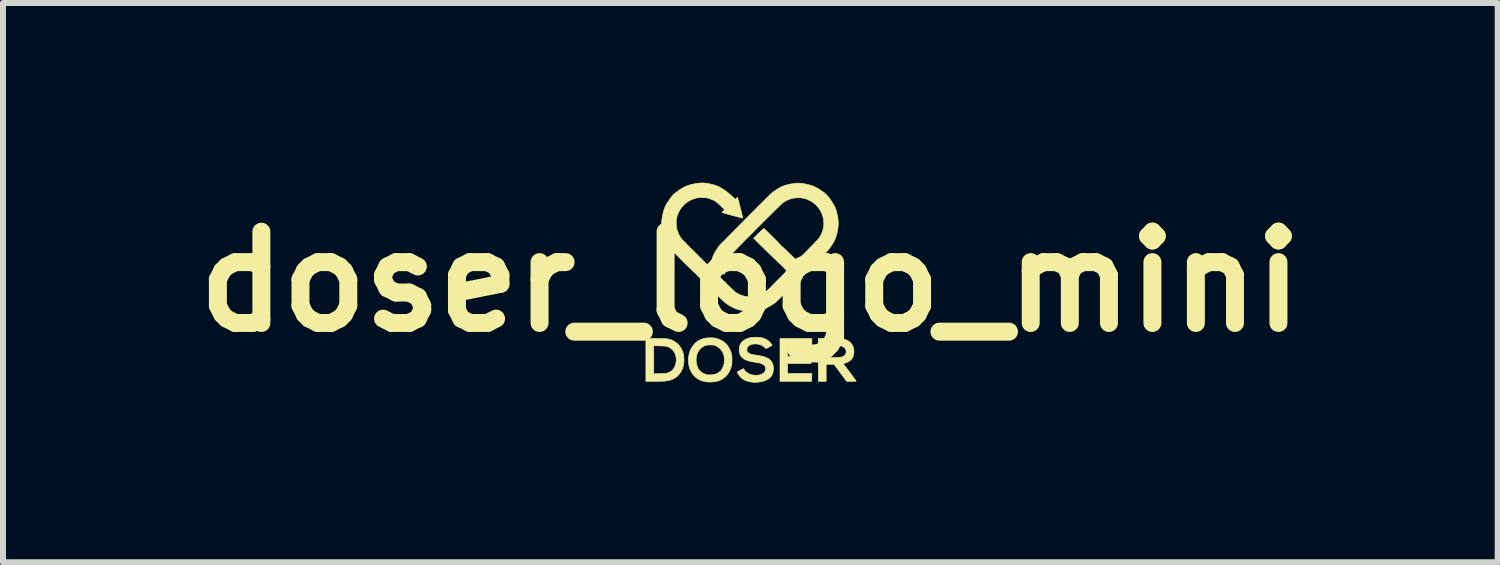
<source format=kicad_pcb>
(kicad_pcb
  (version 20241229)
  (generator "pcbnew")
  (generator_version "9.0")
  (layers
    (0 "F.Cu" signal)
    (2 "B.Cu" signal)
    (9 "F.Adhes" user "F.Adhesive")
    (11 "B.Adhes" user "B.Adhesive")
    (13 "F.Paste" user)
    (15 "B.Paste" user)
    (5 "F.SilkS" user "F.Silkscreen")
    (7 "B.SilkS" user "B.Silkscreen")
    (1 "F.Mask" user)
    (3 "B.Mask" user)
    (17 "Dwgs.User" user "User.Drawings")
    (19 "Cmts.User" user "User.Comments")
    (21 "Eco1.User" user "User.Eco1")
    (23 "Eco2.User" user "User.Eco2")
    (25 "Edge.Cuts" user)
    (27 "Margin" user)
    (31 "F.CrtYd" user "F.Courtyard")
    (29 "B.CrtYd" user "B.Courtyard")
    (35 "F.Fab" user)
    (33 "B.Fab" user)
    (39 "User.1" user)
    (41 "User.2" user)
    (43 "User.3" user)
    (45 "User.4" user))
  (footprint "doser_logo_mini"
    (layer "F.Cu")
    (at 9.478 1.653)
    (property "Reference" "doser_logo_mini" (at 0 0 0) (layer "F.SilkS") (effects (font (size 1.524 1.524) (thickness 0.3))))
    (attr through_hole)
    (fp_poly (pts (xy 0.525 -0.273) (xy 0.523 -0.271) (xy 0.521 -0.273) (xy 0.523 -0.275) (xy 0.525 -0.273)) (stroke (width 0.01) (type solid)) (fill yes) (layer "F.SilkS"))
    (fp_poly (pts (xy 1.027 1.075) (xy 0.622 1.075) (xy 0.622 1.245) (xy 1.012 1.245) (xy 1.012 1.367) (xy 0.622 1.367) (xy 0.622 1.532) (xy 1.027 1.532) (xy 1.025 1.598) (xy 1.024 1.664) (xy 0.495 1.664) (xy 0.495 0.948) (xy 1.027 0.948) (xy 1.027 1.075)) (stroke (width 0.01) (type solid)) (fill yes) (layer "F.SilkS"))
    (fp_poly (pts (xy -1.589 0.948) (xy -1.537 0.949) (xy -1.494 0.949) (xy -1.457 0.95) (xy -1.425 0.952) (xy -1.399 0.954) (xy -1.376 0.957) (xy -1.355 0.961) (xy -1.336 0.967) (xy -1.319 0.973) (xy -1.301 0.981) (xy -1.289 0.986) (xy -1.245 1.012) (xy -1.207 1.044) (xy -1.175 1.082) (xy -1.148 1.127) (xy -1.127 1.177) (xy -1.119 1.205) (xy -1.111 1.249) (xy -1.108 1.296) (xy -1.109 1.344) (xy -1.115 1.39) (xy -1.119 1.407) (xy -1.137 1.46) (xy -1.16 1.507) (xy -1.19 1.548) (xy -1.225 1.583) (xy -1.266 1.612) (xy -1.312 1.635) (xy -1.364 1.65) (xy -1.421 1.659) (xy -1.435 1.66) (xy -1.457 1.661) (xy -1.484 1.662) (xy -1.516 1.663) (xy -1.551 1.663) (xy -1.586 1.664) (xy -1.603 1.664) (xy -1.744 1.664) (xy -1.744 1.538) (xy -1.613 1.538) (xy -1.512 1.536) (xy -1.479 1.535) (xy -1.454 1.534) (xy -1.434 1.533) (xy -1.418 1.532) (xy -1.406 1.53) (xy -1.396 1.528) (xy -1.386 1.525) (xy -1.384 1.525) (xy -1.365 1.517) (xy -1.345 1.507) (xy -1.333 1.5) (xy -1.32 1.492) (xy -1.31 1.486) (xy -1.305 1.485) (xy -1.301 1.483) (xy -1.302 1.482) (xy -1.3 1.478) (xy -1.295 1.47) (xy -1.289 1.462) (xy -1.27 1.434) (xy -1.254 1.399) (xy -1.243 1.362) (xy -1.237 1.325) (xy -1.236 1.307) (xy -1.237 1.29) (xy -1.239 1.269) (xy -1.243 1.25) (xy -1.255 1.207) (xy -1.275 1.169) (xy -1.3 1.137) (xy -1.332 1.111) (xy -1.369 1.09) (xy -1.393 1.081) (xy -1.403 1.079) (xy -1.415 1.077) (xy -1.432 1.075) (xy -1.453 1.074) (xy -1.481 1.073) (xy -1.514 1.072) (xy -1.613 1.07) (xy -1.613 1.538) (xy -1.744 1.538) (xy -1.744 0.948) (xy -1.589 0.948)) (stroke (width 0.01) (type solid)) (fill yes) (layer "F.SilkS"))
    (fp_poly (pts (xy 1.335 0.949) (xy 1.381 0.95) (xy 1.42 0.95) (xy 1.452 0.95) (xy 1.479 0.951) (xy 1.5 0.951) (xy 1.517 0.952) (xy 1.53 0.953) (xy 1.541 0.954) (xy 1.55 0.956) (xy 1.558 0.957) (xy 1.566 0.959) (xy 1.568 0.96) (xy 1.611 0.976) (xy 1.647 0.996) (xy 1.677 1.023) (xy 1.701 1.055) (xy 1.708 1.069) (xy 1.722 1.106) (xy 1.729 1.144) (xy 1.73 1.184) (xy 1.723 1.223) (xy 1.711 1.259) (xy 1.692 1.291) (xy 1.687 1.298) (xy 1.664 1.32) (xy 1.634 1.338) (xy 1.597 1.354) (xy 1.589 1.357) (xy 1.55 1.37) (xy 1.658 1.511) (xy 1.681 1.542) (xy 1.702 1.57) (xy 1.721 1.596) (xy 1.737 1.618) (xy 1.75 1.636) (xy 1.76 1.649) (xy 1.765 1.657) (xy 1.765 1.658) (xy 1.763 1.66) (xy 1.757 1.662) (xy 1.744 1.663) (xy 1.726 1.663) (xy 1.7 1.664) (xy 1.687 1.664) (xy 1.609 1.664) (xy 1.503 1.522) (xy 1.434 1.429) (xy 1.439 1.429) (xy 1.441 1.431) (xy 1.444 1.429) (xy 1.441 1.427) (xy 1.439 1.429) (xy 1.434 1.429) (xy 1.397 1.38) (xy 1.266 1.38) (xy 1.266 1.664) (xy 1.135 1.664) (xy 1.135 1.323) (xy 1.647 1.323) (xy 1.649 1.325) (xy 1.651 1.323) (xy 1.649 1.321) (xy 1.647 1.323) (xy 1.135 1.323) (xy 1.135 1.266) (xy 1.266 1.266) (xy 1.371 1.266) (xy 1.401 1.265) (xy 1.431 1.265) (xy 1.458 1.264) (xy 1.481 1.263) (xy 1.498 1.262) (xy 1.504 1.261) (xy 1.534 1.255) (xy 1.557 1.244) (xy 1.576 1.228) (xy 1.578 1.226) (xy 1.593 1.203) (xy 1.599 1.178) (xy 1.598 1.15) (xy 1.596 1.141) (xy 1.585 1.117) (xy 1.567 1.098) (xy 1.546 1.084) (xy 1.522 1.073) (xy 1.394 1.072) (xy 1.266 1.071) (xy 1.266 1.266) (xy 1.135 1.266) (xy 1.135 0.948) (xy 1.335 0.949)) (stroke (width 0.01) (type solid)) (fill yes) (layer "F.SilkS"))
    (fp_poly (pts (xy -0.623 0.939) (xy -0.595 0.941) (xy -0.572 0.945) (xy -0.572 0.946) (xy -0.545 0.954) (xy -0.515 0.966) (xy -0.485 0.98) (xy -0.458 0.996) (xy -0.436 1.011) (xy -0.431 1.015) (xy -0.393 1.052) (xy -0.362 1.096) (xy -0.336 1.145) (xy -0.319 1.192) (xy -0.315 1.207) (xy -0.312 1.219) (xy -0.309 1.232) (xy -0.308 1.247) (xy -0.308 1.265) (xy -0.307 1.289) (xy -0.307 1.304) (xy -0.307 1.332) (xy -0.308 1.354) (xy -0.309 1.372) (xy -0.31 1.386) (xy -0.313 1.4) (xy -0.317 1.414) (xy -0.335 1.468) (xy -0.36 1.516) (xy -0.391 1.559) (xy -0.427 1.595) (xy -0.469 1.626) (xy -0.515 1.649) (xy -0.559 1.664) (xy -0.584 1.669) (xy -0.615 1.673) (xy -0.649 1.675) (xy -0.685 1.675) (xy -0.718 1.674) (xy -0.748 1.671) (xy -0.762 1.668) (xy -0.815 1.653) (xy -0.863 1.631) (xy -0.906 1.603) (xy -0.942 1.569) (xy -0.964 1.542) (xy -0.981 1.513) (xy -0.978 1.513) (xy -0.976 1.516) (xy -0.974 1.513) (xy -0.976 1.511) (xy -0.978 1.513) (xy -0.981 1.513) (xy -0.991 1.497) (xy -1.012 1.448) (xy -1.026 1.396) (xy -1.033 1.343) (xy -1.034 1.289) (xy -1.034 1.287) (xy -0.905 1.287) (xy -0.904 1.333) (xy -0.897 1.377) (xy -0.889 1.403) (xy -0.883 1.421) (xy -0.879 1.436) (xy -0.876 1.446) (xy -0.875 1.449) (xy -0.873 1.454) (xy -0.872 1.455) (xy -0.868 1.458) (xy -0.861 1.465) (xy -0.852 1.476) (xy -0.823 1.506) (xy -0.788 1.53) (xy -0.748 1.547) (xy -0.715 1.555) (xy -0.699 1.557) (xy -0.677 1.557) (xy -0.653 1.556) (xy -0.628 1.553) (xy -0.615 1.552) (xy -0.394 1.552) (xy -0.392 1.554) (xy -0.389 1.552) (xy -0.392 1.549) (xy -0.394 1.552) (xy -0.615 1.552) (xy -0.606 1.55) (xy -0.589 1.546) (xy -0.587 1.546) (xy -0.553 1.531) (xy -0.523 1.512) (xy -0.508 1.499) (xy -0.497 1.491) (xy -0.488 1.486) (xy -0.485 1.485) (xy -0.483 1.485) (xy -0.484 1.483) (xy -0.484 1.476) (xy -0.48 1.467) (xy -0.479 1.466) (xy -0.465 1.442) (xy -0.452 1.414) (xy -0.442 1.385) (xy -0.442 1.384) (xy -0.437 1.36) (xy -0.435 1.33) (xy -0.434 1.299) (xy -0.436 1.268) (xy -0.439 1.242) (xy -0.441 1.232) (xy -0.457 1.188) (xy -0.479 1.15) (xy -0.507 1.117) (xy -0.529 1.099) (xy -0.368 1.099) (xy -0.366 1.101) (xy -0.364 1.099) (xy -0.366 1.096) (xy -0.368 1.099) (xy -0.529 1.099) (xy -0.54 1.09) (xy -0.578 1.07) (xy -0.593 1.064) (xy -0.606 1.06) (xy -0.622 1.058) (xy -0.642 1.057) (xy -0.668 1.056) (xy -0.669 1.056) (xy -0.7 1.057) (xy -0.725 1.059) (xy -0.746 1.064) (xy -0.767 1.072) (xy -0.79 1.084) (xy -0.791 1.085) (xy -0.82 1.106) (xy -0.847 1.134) (xy -0.87 1.167) (xy -0.888 1.204) (xy -0.9 1.243) (xy -0.9 1.245) (xy -0.905 1.287) (xy -1.034 1.287) (xy -1.028 1.236) (xy -1.016 1.184) (xy -1.006 1.158) (xy -0.876 1.158) (xy -0.874 1.16) (xy -0.872 1.158) (xy -0.874 1.156) (xy -0.876 1.158) (xy -1.006 1.158) (xy -0.997 1.135) (xy -0.971 1.089) (xy -0.94 1.047) (xy -0.923 1.029) (xy -0.889 1.001) (xy -0.881 1.001) (xy -0.878 1.003) (xy -0.876 1.001) (xy -0.878 0.999) (xy -0.881 1.001) (xy -0.889 1.001) (xy -0.887 1) (xy -0.845 0.975) (xy -0.798 0.955) (xy -0.768 0.946) (xy -0.746 0.942) (xy -0.719 0.939) (xy -0.688 0.938) (xy -0.655 0.937) (xy -0.623 0.939)) (stroke (width 0.01) (type solid)) (fill yes) (layer "F.SilkS"))
    (fp_poly (pts (xy 0.127 0.928) (xy 0.176 0.934) (xy 0.22 0.944) (xy 0.259 0.96) (xy 0.293 0.981) (xy 0.316 1) (xy 0.327 1.011) (xy 0.338 1.024) (xy 0.349 1.038) (xy 0.357 1.05) (xy 0.363 1.059) (xy 0.364 1.064) (xy 0.364 1.064) (xy 0.359 1.066) (xy 0.349 1.072) (xy 0.334 1.08) (xy 0.316 1.089) (xy 0.312 1.092) (xy 0.262 1.118) (xy 0.243 1.1) (xy 0.215 1.076) (xy 0.181 1.058) (xy 0.143 1.046) (xy 0.104 1.04) (xy 0.063 1.04) (xy 0.052 1.041) (xy 0.022 1.047) (xy -0.002 1.056) (xy -0.022 1.068) (xy -0.03 1.075) (xy -0.04 1.082) (xy -0.047 1.085) (xy -0.049 1.085) (xy -0.05 1.085) (xy -0.049 1.086) (xy -0.049 1.093) (xy -0.052 1.104) (xy -0.053 1.107) (xy -0.058 1.127) (xy -0.057 1.143) (xy -0.055 1.156) (xy -0.054 1.167) (xy -0.054 1.169) (xy -0.052 1.174) (xy -0.05 1.175) (xy -0.046 1.176) (xy -0.04 1.182) (xy -0.029 1.191) (xy -0.012 1.2) (xy 0.007 1.209) (xy 0.023 1.214) (xy 0.033 1.217) (xy 0.05 1.22) (xy 0.071 1.223) (xy 0.095 1.227) (xy 0.112 1.23) (xy 0.153 1.236) (xy 0.188 1.243) (xy 0.216 1.25) (xy 0.241 1.257) (xy 0.264 1.266) (xy 0.277 1.272) (xy 0.313 1.293) (xy 0.34 1.317) (xy 0.361 1.346) (xy 0.376 1.38) (xy 0.384 1.419) (xy 0.385 1.452) (xy 0.382 1.495) (xy 0.373 1.533) (xy 0.357 1.567) (xy 0.334 1.596) (xy 0.33 1.6) (xy 0.3 1.624) (xy 0.263 1.645) (xy 0.221 1.661) (xy 0.175 1.672) (xy 0.124 1.678) (xy 0.072 1.68) (xy 0.021 1.676) (xy -0.03 1.667) (xy -0.077 1.651) (xy -0.082 1.649) (xy -0.064 1.649) (xy -0.061 1.651) (xy -0.059 1.649) (xy -0.061 1.647) (xy -0.064 1.649) (xy -0.082 1.649) (xy -0.118 1.63) (xy -0.154 1.603) (xy -0.158 1.598) (xy 0.322 1.598) (xy 0.324 1.6) (xy 0.326 1.598) (xy 0.324 1.596) (xy 0.322 1.598) (xy -0.158 1.598) (xy -0.184 1.57) (xy -0.204 1.538) (xy -0.22 1.508) (xy -0.185 1.489) (xy -0.176 1.484) (xy -0.165 1.484) (xy -0.163 1.486) (xy -0.161 1.484) (xy -0.163 1.482) (xy -0.165 1.484) (xy -0.176 1.484) (xy -0.161 1.476) (xy -0.14 1.465) (xy -0.125 1.457) (xy -0.115 1.453) (xy -0.113 1.452) (xy -0.109 1.456) (xy -0.104 1.464) (xy -0.099 1.474) (xy -0.096 1.483) (xy -0.096 1.487) (xy -0.097 1.49) (xy -0.095 1.489) (xy -0.091 1.49) (xy -0.082 1.496) (xy -0.071 1.505) (xy -0.07 1.506) (xy -0.039 1.529) (xy -0.003 1.546) (xy 0.037 1.557) (xy 0.081 1.563) (xy 0.125 1.561) (xy 0.134 1.56) (xy 0.351 1.56) (xy 0.353 1.562) (xy 0.356 1.56) (xy 0.353 1.558) (xy 0.351 1.56) (xy 0.134 1.56) (xy 0.149 1.558) (xy 0.177 1.55) (xy 0.203 1.538) (xy 0.225 1.523) (xy 0.24 1.506) (xy 0.251 1.483) (xy 0.256 1.46) (xy 0.255 1.437) (xy 0.248 1.417) (xy 0.242 1.409) (xy 0.239 1.401) (xy 0.239 1.397) (xy 0.24 1.393) (xy 0.238 1.394) (xy 0.232 1.394) (xy 0.224 1.389) (xy 0.223 1.388) (xy 0.214 1.382) (xy 0.224 1.382) (xy 0.226 1.384) (xy 0.229 1.382) (xy 0.226 1.38) (xy 0.224 1.382) (xy 0.214 1.382) (xy 0.208 1.378) (xy 0.19 1.369) (xy 0.167 1.362) (xy 0.14 1.355) (xy 0.106 1.349) (xy 0.072 1.344) (xy 0.015 1.334) (xy -0.034 1.322) (xy -0.076 1.306) (xy -0.092 1.298) (xy -0.085 1.298) (xy -0.083 1.3) (xy -0.08 1.298) (xy -0.083 1.295) (xy -0.085 1.298) (xy -0.092 1.298) (xy -0.111 1.287) (xy -0.139 1.265) (xy -0.16 1.238) (xy -0.175 1.208) (xy -0.184 1.173) (xy -0.187 1.134) (xy -0.187 1.132) (xy -0.183 1.092) (xy -0.173 1.057) (xy -0.168 1.048) (xy -0.165 1.048) (xy -0.163 1.05) (xy -0.161 1.048) (xy -0.163 1.046) (xy -0.165 1.048) (xy -0.168 1.048) (xy -0.156 1.026) (xy -0.132 0.998) (xy -0.1 0.974) (xy -0.081 0.964) (xy -0.053 0.95) (xy -0.025 0.941) (xy 0.005 0.934) (xy 0.039 0.93) (xy 0.071 0.928) (xy 0.127 0.928)) (stroke (width 0.01) (type solid)) (fill yes) (layer "F.SilkS"))
    (fp_poly (pts (xy -0.785 -1.648) (xy -0.767 -1.647) (xy -0.723 -1.641) (xy -0.677 -1.633) (xy -0.633 -1.622) (xy -0.592 -1.611) (xy -0.555 -1.598) (xy -0.525 -1.586) (xy -0.524 -1.585) (xy -0.462 -1.549) (xy -0.4 -1.507) (xy -0.34 -1.457) (xy -0.307 -1.426) (xy -0.286 -1.407) (xy -0.271 -1.393) (xy -0.26 -1.384) (xy -0.253 -1.38) (xy -0.25 -1.38) (xy -0.242 -1.382) (xy -0.24 -1.381) (xy -0.238 -1.381) (xy -0.238 -1.383) (xy -0.237 -1.388) (xy -0.231 -1.396) (xy -0.229 -1.399) (xy -0.22 -1.406) (xy -0.215 -1.407) (xy -0.214 -1.405) (xy -0.211 -1.396) (xy -0.207 -1.381) (xy -0.201 -1.361) (xy -0.194 -1.335) (xy -0.187 -1.307) (xy -0.179 -1.276) (xy -0.17 -1.244) (xy -0.162 -1.211) (xy -0.154 -1.179) (xy -0.146 -1.149) (xy -0.14 -1.122) (xy -0.134 -1.099) (xy -0.13 -1.08) (xy -0.127 -1.068) (xy -0.126 -1.062) (xy -0.126 -1.062) (xy -0.131 -1.063) (xy -0.143 -1.065) (xy -0.161 -1.07) (xy -0.185 -1.076) (xy -0.213 -1.083) (xy -0.246 -1.092) (xy -0.281 -1.101) (xy -0.296 -1.105) (xy -0.333 -1.115) (xy -0.367 -1.124) (xy -0.397 -1.133) (xy -0.424 -1.14) (xy -0.445 -1.146) (xy -0.46 -1.15) (xy -0.469 -1.152) (xy -0.47 -1.152) (xy -0.471 -1.155) (xy -0.467 -1.163) (xy -0.456 -1.175) (xy -0.453 -1.178) (xy -0.45 -1.181) (xy -0.439 -1.181) (xy -0.439 -1.181) (xy -0.435 -1.184) (xy -0.434 -1.185) (xy -0.433 -1.189) (xy -0.433 -1.19) (xy -0.437 -1.187) (xy -0.438 -1.185) (xy -0.439 -1.181) (xy -0.45 -1.181) (xy -0.43 -1.203) (xy -0.487 -1.259) (xy -0.507 -1.278) (xy -0.527 -1.297) (xy -0.546 -1.313) (xy -0.562 -1.326) (xy -0.572 -1.333) (xy -0.584 -1.342) (xy -0.594 -1.35) (xy -0.598 -1.355) (xy -0.598 -1.355) (xy -0.599 -1.358) (xy -0.601 -1.357) (xy -0.606 -1.358) (xy -0.617 -1.361) (xy -0.631 -1.367) (xy -0.632 -1.367) (xy -0.65 -1.375) (xy -0.672 -1.383) (xy -0.693 -1.39) (xy -0.697 -1.391) (xy -0.712 -1.396) (xy -0.725 -1.399) (xy -0.738 -1.401) (xy -0.753 -1.402) (xy -0.772 -1.403) (xy -0.797 -1.403) (xy -0.806 -1.403) (xy -0.838 -1.403) (xy -0.862 -1.402) (xy -0.882 -1.4) (xy -0.898 -1.398) (xy -0.907 -1.396) (xy -0.965 -1.377) (xy -1.019 -1.351) (xy -1.068 -1.319) (xy -1.112 -1.28) (xy -1.151 -1.236) (xy -1.183 -1.187) (xy -1.209 -1.134) (xy -1.226 -1.082) (xy -1.231 -1.063) (xy -1.234 -1.046) (xy -1.236 -1.029) (xy -1.237 -1.009) (xy -1.237 -0.984) (xy -1.237 -0.978) (xy -1.237 -0.951) (xy -1.236 -0.93) (xy -1.234 -0.912) (xy -1.231 -0.895) (xy -1.226 -0.876) (xy -1.226 -0.874) (xy -1.214 -0.837) (xy -1.198 -0.798) (xy -1.178 -0.76) (xy -1.157 -0.727) (xy -1.152 -0.719) (xy -1.146 -0.712) (xy -1.134 -0.7) (xy -1.118 -0.683) (xy -1.096 -0.661) (xy -1.07 -0.635) (xy -1.041 -0.604) (xy -1.008 -0.571) (xy -0.971 -0.535) (xy -0.932 -0.496) (xy -0.891 -0.455) (xy -0.849 -0.412) (xy -0.804 -0.368) (xy -0.759 -0.323) (xy -0.713 -0.277) (xy -0.667 -0.232) (xy -0.622 -0.187) (xy -0.577 -0.142) (xy -0.533 -0.099) (xy -0.491 -0.058) (xy -0.451 -0.018) (xy -0.414 0.019) (xy -0.379 0.053) (xy -0.347 0.083) (xy -0.32 0.11) (xy -0.296 0.133) (xy -0.277 0.151) (xy -0.263 0.164) (xy -0.254 0.172) (xy -0.252 0.174) (xy -0.221 0.194) (xy -0.185 0.212) (xy -0.148 0.228) (xy -0.135 0.233) (xy -0.081 0.247) (xy -0.024 0.253) (xy 0.033 0.252) (xy 0.09 0.244) (xy 0.145 0.228) (xy 0.188 0.21) (xy 0.202 0.203) (xy 0.214 0.199) (xy 0.22 0.197) (xy 0.221 0.197) (xy 0.224 0.197) (xy 0.223 0.196) (xy 0.226 0.191) (xy 0.234 0.184) (xy 0.246 0.174) (xy 0.248 0.173) (xy 0.265 0.159) (xy 0.283 0.144) (xy 0.297 0.132) (xy 0.308 0.122) (xy 0.318 0.115) (xy 0.323 0.112) (xy 0.323 0.112) (xy 0.324 0.112) (xy 0.324 0.111) (xy 0.326 0.108) (xy 0.334 0.099) (xy 0.347 0.085) (xy 0.364 0.067) (xy 0.385 0.046) (xy 0.409 0.021) (xy 0.435 -0.005) (xy 0.464 -0.034) (xy 0.467 -0.037) (xy 0.576 -0.146) (xy 0.91 -0.146) (xy 0.912 -0.144) (xy 0.914 -0.146) (xy 0.912 -0.148) (xy 0.91 -0.146) (xy 0.576 -0.146) (xy 0.612 -0.182) (xy 0.568 -0.225) (xy 0.553 -0.241) (xy 0.54 -0.255) (xy 0.53 -0.266) (xy 0.525 -0.272) (xy 0.524 -0.273) (xy 0.52 -0.276) (xy 0.519 -0.276) (xy 0.516 -0.279) (xy 0.507 -0.287) (xy 0.493 -0.3) (xy 0.474 -0.317) (xy 0.453 -0.337) (xy 0.428 -0.361) (xy 0.4 -0.387) (xy 0.37 -0.416) (xy 0.34 -0.445) (xy 0.308 -0.476) (xy 0.276 -0.507) (xy 0.245 -0.537) (xy 0.242 -0.54) (xy 0.572 -0.54) (xy 0.574 -0.538) (xy 0.576 -0.54) (xy 0.574 -0.542) (xy 0.572 -0.54) (xy 0.242 -0.54) (xy 0.215 -0.567) (xy 0.186 -0.595) (xy 0.16 -0.621) (xy 0.136 -0.645) (xy 0.128 -0.653) (xy 0.055 -0.726) (xy 0.136 -0.807) (xy 0.157 -0.828) (xy 0.177 -0.847) (xy 0.194 -0.863) (xy 0.207 -0.875) (xy 0.216 -0.883) (xy 0.22 -0.886) (xy 0.22 -0.886) (xy 0.222 -0.888) (xy 0.222 -0.892) (xy 0.224 -0.891) (xy 0.232 -0.884) (xy 0.244 -0.872) (xy 0.261 -0.856) (xy 0.282 -0.836) (xy 0.306 -0.812) (xy 0.333 -0.786) (xy 0.362 -0.757) (xy 0.37 -0.75) (xy 0.399 -0.72) (xy 0.426 -0.693) (xy 0.451 -0.667) (xy 0.473 -0.645) (xy 0.491 -0.626) (xy 0.505 -0.611) (xy 0.514 -0.601) (xy 0.518 -0.596) (xy 0.518 -0.595) (xy 0.518 -0.593) (xy 0.519 -0.594) (xy 0.523 -0.592) (xy 0.532 -0.584) (xy 0.546 -0.572) (xy 0.564 -0.555) (xy 0.586 -0.535) (xy 0.61 -0.512) (xy 0.636 -0.487) (xy 0.65 -0.474) (xy 0.677 -0.448) (xy 0.702 -0.423) (xy 0.725 -0.402) (xy 0.744 -0.383) (xy 0.76 -0.368) (xy 0.772 -0.358) (xy 0.778 -0.352) (xy 0.779 -0.351) (xy 0.783 -0.354) (xy 0.792 -0.363) (xy 0.806 -0.376) (xy 0.823 -0.393) (xy 0.845 -0.415) (xy 0.869 -0.439) (xy 0.895 -0.465) (xy 0.898 -0.468) (xy 1.232 -0.468) (xy 1.234 -0.466) (xy 1.236 -0.468) (xy 1.234 -0.47) (xy 1.232 -0.468) (xy 0.898 -0.468) (xy 0.923 -0.493) (xy 0.951 -0.522) (xy 0.98 -0.552) (xy 1.009 -0.581) (xy 1.037 -0.61) (xy 1.063 -0.637) (xy 1.087 -0.662) (xy 1.108 -0.684) (xy 1.126 -0.703) (xy 1.14 -0.718) (xy 1.149 -0.728) (xy 1.153 -0.733) (xy 1.183 -0.787) (xy 1.206 -0.844) (xy 1.22 -0.901) (xy 1.227 -0.96) (xy 1.224 -1.019) (xy 1.214 -1.079) (xy 1.213 -1.08) (xy 1.195 -1.135) (xy 1.169 -1.187) (xy 1.137 -1.235) (xy 1.099 -1.278) (xy 1.055 -1.316) (xy 1.038 -1.327) (xy 1.054 -1.327) (xy 1.056 -1.325) (xy 1.058 -1.327) (xy 1.056 -1.329) (xy 1.054 -1.327) (xy 1.038 -1.327) (xy 1.007 -1.348) (xy 0.979 -1.361) (xy 0.995 -1.361) (xy 0.997 -1.359) (xy 0.999 -1.361) (xy 0.997 -1.363) (xy 0.995 -1.361) (xy 0.979 -1.361) (xy 0.954 -1.373) (xy 0.908 -1.389) (xy 0.879 -1.395) (xy 0.845 -1.399) (xy 0.808 -1.401) (xy 0.771 -1.4) (xy 0.738 -1.398) (xy 0.719 -1.395) (xy 0.66 -1.379) (xy 0.606 -1.357) (xy 0.556 -1.327) (xy 0.542 -1.317) (xy 0.535 -1.311) (xy 0.522 -1.299) (xy 0.504 -1.282) (xy 0.482 -1.26) (xy 0.456 -1.235) (xy 0.425 -1.205) (xy 0.392 -1.172) (xy 0.355 -1.135) (xy 0.316 -1.097) (xy 0.275 -1.056) (xy 0.232 -1.013) (xy 0.188 -0.969) (xy 0.143 -0.924) (xy 0.097 -0.878) (xy 0.052 -0.832) (xy 0.007 -0.787) (xy -0.038 -0.742) (xy -0.081 -0.699) (xy -0.122 -0.657) (xy -0.162 -0.617) (xy -0.198 -0.58) (xy -0.232 -0.545) (xy -0.263 -0.513) (xy -0.29 -0.486) (xy -0.313 -0.462) (xy -0.331 -0.443) (xy -0.345 -0.428) (xy -0.353 -0.419) (xy -0.354 -0.417) (xy -0.383 -0.368) (xy -0.406 -0.315) (xy -0.421 -0.262) (xy -0.43 -0.209) (xy -0.431 -0.158) (xy -0.429 -0.122) (xy -0.449 -0.142) (xy -0.44 -0.142) (xy -0.438 -0.14) (xy -0.436 -0.142) (xy -0.438 -0.144) (xy -0.44 -0.142) (xy -0.449 -0.142) (xy -0.478 -0.171) (xy -0.47 -0.171) (xy -0.468 -0.169) (xy -0.466 -0.171) (xy -0.468 -0.174) (xy -0.47 -0.171) (xy -0.478 -0.171) (xy -0.495 -0.188) (xy -0.487 -0.188) (xy -0.485 -0.186) (xy -0.483 -0.188) (xy -0.485 -0.19) (xy -0.487 -0.188) (xy -0.495 -0.188) (xy -0.512 -0.205) (xy -0.504 -0.205) (xy -0.502 -0.203) (xy -0.5 -0.205) (xy -0.502 -0.207) (xy -0.504 -0.205) (xy -0.512 -0.205) (xy -0.529 -0.222) (xy -0.521 -0.222) (xy -0.519 -0.22) (xy -0.516 -0.222) (xy -0.519 -0.224) (xy -0.521 -0.222) (xy -0.529 -0.222) (xy -0.539 -0.232) (xy -0.546 -0.239) (xy -0.538 -0.239) (xy -0.536 -0.237) (xy -0.533 -0.239) (xy -0.536 -0.241) (xy -0.538 -0.239) (xy -0.546 -0.239) (xy -0.649 -0.342) (xy -0.64 -0.378) (xy -0.628 -0.414) (xy -0.61 -0.454) (xy -0.587 -0.498) (xy -0.576 -0.514) (xy -0.572 -0.514) (xy -0.569 -0.512) (xy -0.567 -0.514) (xy -0.569 -0.516) (xy -0.572 -0.514) (xy -0.576 -0.514) (xy -0.558 -0.544) (xy -0.554 -0.55) (xy -0.54 -0.57) (xy -0.525 -0.591) (xy -0.521 -0.591) (xy -0.519 -0.588) (xy -0.516 -0.591) (xy -0.519 -0.593) (xy -0.521 -0.591) (xy -0.525 -0.591) (xy -0.525 -0.591) (xy -0.509 -0.611) (xy -0.493 -0.629) (xy -0.479 -0.645) (xy -0.466 -0.657) (xy -0.457 -0.665) (xy -0.452 -0.666) (xy -0.45 -0.667) (xy -0.45 -0.668) (xy -0.447 -0.671) (xy -0.439 -0.68) (xy -0.425 -0.695) (xy -0.407 -0.714) (xy -0.384 -0.737) (xy -0.358 -0.764) (xy -0.328 -0.794) (xy -0.295 -0.828) (xy -0.26 -0.864) (xy -0.222 -0.902) (xy -0.182 -0.942) (xy -0.141 -0.984) (xy -0.1 -1.026) (xy -0.057 -1.069) (xy -0.015 -1.111) (xy 0.028 -1.154) (xy 0.069 -1.195) (xy 0.109 -1.236) (xy 0.148 -1.274) (xy 0.185 -1.311) (xy 0.219 -1.345) (xy 0.251 -1.377) (xy 0.279 -1.404) (xy 0.303 -1.429) (xy 0.324 -1.449) (xy 0.334 -1.458) (xy 1.253 -1.458) (xy 1.255 -1.456) (xy 1.257 -1.458) (xy 1.255 -1.46) (xy 1.253 -1.458) (xy 0.334 -1.458) (xy 0.34 -1.464) (xy 0.351 -1.474) (xy 0.352 -1.475) (xy 0.36 -1.475) (xy 0.362 -1.473) (xy 0.364 -1.475) (xy 0.362 -1.477) (xy 0.36 -1.475) (xy 0.352 -1.475) (xy 0.356 -1.479) (xy 0.374 -1.492) (xy 1.211 -1.492) (xy 1.213 -1.49) (xy 1.215 -1.492) (xy 1.213 -1.494) (xy 1.211 -1.492) (xy 0.374 -1.492) (xy 0.393 -1.507) (xy 0.433 -1.534) (xy 0.44 -1.539) (xy 0.449 -1.539) (xy 0.451 -1.537) (xy 0.453 -1.539) (xy 0.451 -1.541) (xy 0.449 -1.539) (xy 0.44 -1.539) (xy 0.473 -1.559) (xy 0.511 -1.58) (xy 0.547 -1.596) (xy 0.574 -1.606) (xy 0.606 -1.615) (xy 0.644 -1.624) (xy 0.684 -1.632) (xy 0.723 -1.639) (xy 0.754 -1.643) (xy 0.787 -1.645) (xy 0.822 -1.645) (xy 0.859 -1.641) (xy 0.902 -1.635) (xy 0.929 -1.629) (xy 0.976 -1.618) (xy 1.018 -1.607) (xy 1.056 -1.593) (xy 1.092 -1.576) (xy 1.129 -1.556) (xy 1.164 -1.533) (xy 1.203 -1.507) (xy 1.236 -1.483) (xy 1.264 -1.458) (xy 1.289 -1.432) (xy 1.313 -1.404) (xy 1.337 -1.371) (xy 1.346 -1.357) (xy 1.37 -1.32) (xy 1.39 -1.288) (xy 1.405 -1.259) (xy 1.418 -1.232) (xy 1.428 -1.204) (xy 1.437 -1.174) (xy 1.445 -1.142) (xy 1.453 -1.109) (xy 1.458 -1.083) (xy 1.462 -1.061) (xy 1.464 -1.04) (xy 1.466 -1.02) (xy 1.467 -0.997) (xy 1.467 -0.972) (xy 1.466 -0.932) (xy 1.462 -0.894) (xy 1.456 -0.855) (xy 1.448 -0.815) (xy 1.436 -0.769) (xy 1.433 -0.76) (xy 1.419 -0.72) (xy 1.398 -0.676) (xy 1.372 -0.631) (xy 1.342 -0.585) (xy 1.308 -0.539) (xy 1.295 -0.523) (xy 1.287 -0.514) (xy 1.274 -0.5) (xy 1.255 -0.481) (xy 1.232 -0.457) (xy 1.205 -0.43) (xy 1.174 -0.398) (xy 1.14 -0.364) (xy 1.102 -0.326) (xy 1.063 -0.287) (xy 1.021 -0.245) (xy 0.978 -0.202) (xy 0.933 -0.157) (xy 0.888 -0.112) (xy 0.842 -0.067) (xy 0.796 -0.022) (xy 0.751 0.022) (xy 0.707 0.066) (xy 0.665 0.108) (xy 0.624 0.148) (xy 0.586 0.186) (xy 0.55 0.221) (xy 0.517 0.252) (xy 0.488 0.281) (xy 0.463 0.305) (xy 0.442 0.325) (xy 0.426 0.339) (xy 0.416 0.349) (xy 0.412 0.352) (xy 0.392 0.366) (xy 0.369 0.381) (xy 0.343 0.397) (xy 0.317 0.413) (xy 0.292 0.427) (xy 0.27 0.439) (xy 0.252 0.447) (xy 0.25 0.448) (xy 0.23 0.455) (xy 0.205 0.462) (xy 0.175 0.47) (xy 0.145 0.477) (xy 0.114 0.484) (xy 0.089 0.488) (xy 0.04 0.495) (xy -0.003 0.497) (xy -0.043 0.496) (xy -0.049 0.495) (xy -0.071 0.492) (xy -0.1 0.487) (xy -0.131 0.481) (xy -0.163 0.475) (xy -0.192 0.468) (xy -0.217 0.461) (xy -0.256 0.447) (xy -0.299 0.427) (xy -0.345 0.401) (xy -0.395 0.369) (xy -0.413 0.356) (xy -0.421 0.35) (xy -0.434 0.338) (xy -0.451 0.322) (xy -0.473 0.302) (xy -0.498 0.278) (xy -0.526 0.252) (xy -0.556 0.222) (xy -0.587 0.191) (xy -0.62 0.159) (xy -0.654 0.126) (xy -0.688 0.092) (xy -0.722 0.059) (xy -0.754 0.026) (xy -0.786 -0.005) (xy -0.815 -0.034) (xy -0.842 -0.061) (xy -0.865 -0.086) (xy -0.885 -0.107) (xy -0.901 -0.123) (xy -0.913 -0.136) (xy -0.919 -0.143) (xy -0.92 -0.145) (xy -0.92 -0.147) (xy -0.923 -0.146) (xy -0.927 -0.148) (xy -0.936 -0.156) (xy -0.939 -0.159) (xy -0.936 -0.159) (xy -0.933 -0.157) (xy -0.931 -0.159) (xy -0.933 -0.161) (xy -0.936 -0.159) (xy -0.939 -0.159) (xy -0.95 -0.169) (xy -0.957 -0.176) (xy -0.953 -0.176) (xy -0.95 -0.174) (xy -0.948 -0.176) (xy -0.95 -0.178) (xy -0.953 -0.176) (xy -0.957 -0.176) (xy -0.968 -0.186) (xy -0.975 -0.193) (xy -0.969 -0.193) (xy -0.967 -0.19) (xy -0.965 -0.193) (xy -0.967 -0.195) (xy -0.969 -0.193) (xy -0.975 -0.193) (xy -0.989 -0.206) (xy -0.993 -0.21) (xy -0.986 -0.21) (xy -0.984 -0.207) (xy -0.982 -0.21) (xy -0.984 -0.212) (xy -0.986 -0.21) (xy -0.993 -0.21) (xy -1.01 -0.226) (xy -1.003 -0.226) (xy -1.001 -0.224) (xy -0.999 -0.226) (xy -1.001 -0.229) (xy -1.003 -0.226) (xy -1.01 -0.226) (xy -1.013 -0.23) (xy -1.028 -0.243) (xy -1.02 -0.243) (xy -1.018 -0.241) (xy -1.016 -0.243) (xy -1.018 -0.246) (xy -1.02 -0.243) (xy -1.028 -0.243) (xy -1.04 -0.255) (xy -1.045 -0.26) (xy -1.037 -0.26) (xy -1.035 -0.258) (xy -1.033 -0.26) (xy -1.035 -0.262) (xy -1.037 -0.26) (xy -1.045 -0.26) (xy -1.062 -0.277) (xy -1.054 -0.277) (xy -1.052 -0.275) (xy -1.05 -0.277) (xy -1.052 -0.279) (xy -1.054 -0.277) (xy -1.062 -0.277) (xy -1.068 -0.283) (xy -1.08 -0.294) (xy -1.071 -0.294) (xy -1.069 -0.292) (xy -1.067 -0.294) (xy -1.069 -0.296) (xy -1.071 -0.294) (xy -1.08 -0.294) (xy -1.097 -0.311) (xy -1.088 -0.311) (xy -1.086 -0.309) (xy -1.084 -0.311) (xy -1.086 -0.313) (xy -1.088 -0.311) (xy -1.097 -0.311) (xy -1.098 -0.312) (xy -1.114 -0.328) (xy -1.105 -0.328) (xy -1.103 -0.326) (xy -1.101 -0.328) (xy -1.103 -0.33) (xy -1.105 -0.328) (xy -1.114 -0.328) (xy -1.127 -0.342) (xy -1.131 -0.345) (xy -1.122 -0.345) (xy -1.12 -0.343) (xy -1.118 -0.345) (xy -1.12 -0.347) (xy -1.122 -0.345) (xy -1.131 -0.345) (xy -1.157 -0.371) (xy -1.186 -0.4) (xy -1.213 -0.428) (xy -1.238 -0.454) (xy -1.261 -0.477) (xy -1.28 -0.498) (xy -1.296 -0.514) (xy -1.307 -0.527) (xy -1.307 -0.527) (xy -1.346 -0.577) (xy -1.373 -0.617) (xy -1.367 -0.617) (xy -1.366 -0.614) (xy -1.361 -0.61) (xy -1.359 -0.611) (xy -1.359 -0.611) (xy -1.362 -0.615) (xy -1.364 -0.616) (xy -1.367 -0.617) (xy -1.373 -0.617) (xy -1.381 -0.628) (xy -1.41 -0.68) (xy -1.433 -0.731) (xy -1.45 -0.78) (xy -1.452 -0.788) (xy -1.461 -0.83) (xy -1.47 -0.871) (xy -1.476 -0.91) (xy -1.48 -0.946) (xy -1.482 -0.975) (xy -1.482 -0.978) (xy -1.48 -1.008) (xy -1.476 -1.044) (xy -1.47 -1.083) (xy -1.462 -1.123) (xy -1.453 -1.162) (xy -1.442 -1.199) (xy -1.432 -1.23) (xy -1.424 -1.248) (xy -1.415 -1.267) (xy -1.405 -1.285) (xy -1.401 -1.285) (xy -1.399 -1.283) (xy -1.397 -1.285) (xy -1.399 -1.287) (xy -1.401 -1.285) (xy -1.405 -1.285) (xy -1.404 -1.287) (xy -1.394 -1.305) (xy -1.393 -1.306) (xy -1.096 -1.306) (xy -1.094 -1.304) (xy -1.092 -1.306) (xy -1.094 -1.308) (xy -1.096 -1.306) (xy -1.393 -1.306) (xy -1.385 -1.319) (xy -1.38 -1.319) (xy -1.378 -1.317) (xy -1.376 -1.319) (xy -1.378 -1.321) (xy -1.38 -1.319) (xy -1.385 -1.319) (xy -1.384 -1.321) (xy -1.375 -1.333) (xy -1.369 -1.339) (xy -1.367 -1.34) (xy -1.365 -1.34) (xy -1.365 -1.343) (xy -1.364 -1.348) (xy -1.359 -1.359) (xy -1.351 -1.371) (xy -1.341 -1.385) (xy -1.332 -1.397) (xy -1.324 -1.406) (xy -1.318 -1.411) (xy -1.317 -1.411) (xy -1.314 -1.413) (xy -1.315 -1.415) (xy -1.313 -1.421) (xy -1.305 -1.431) (xy -1.292 -1.445) (xy -1.276 -1.46) (xy -1.256 -1.477) (xy -1.234 -1.495) (xy -1.211 -1.512) (xy -1.189 -1.528) (xy -1.183 -1.532) (xy -1.147 -1.555) (xy -1.116 -1.573) (xy -1.088 -1.588) (xy -1.059 -1.6) (xy -1.029 -1.61) (xy -0.995 -1.62) (xy -0.989 -1.622) (xy -0.929 -1.635) (xy -0.875 -1.644) (xy -0.827 -1.648) (xy -0.785 -1.648)) (stroke (width 0.01) (type solid)) (fill yes) (layer "F.SilkS")))
  (gr_rect
    (start -3 -3)
    (end 21.956 6.338)
    (stroke (width 0.1) (type default))
    (fill no)
    (layer "Edge.Cuts")))
</source>
